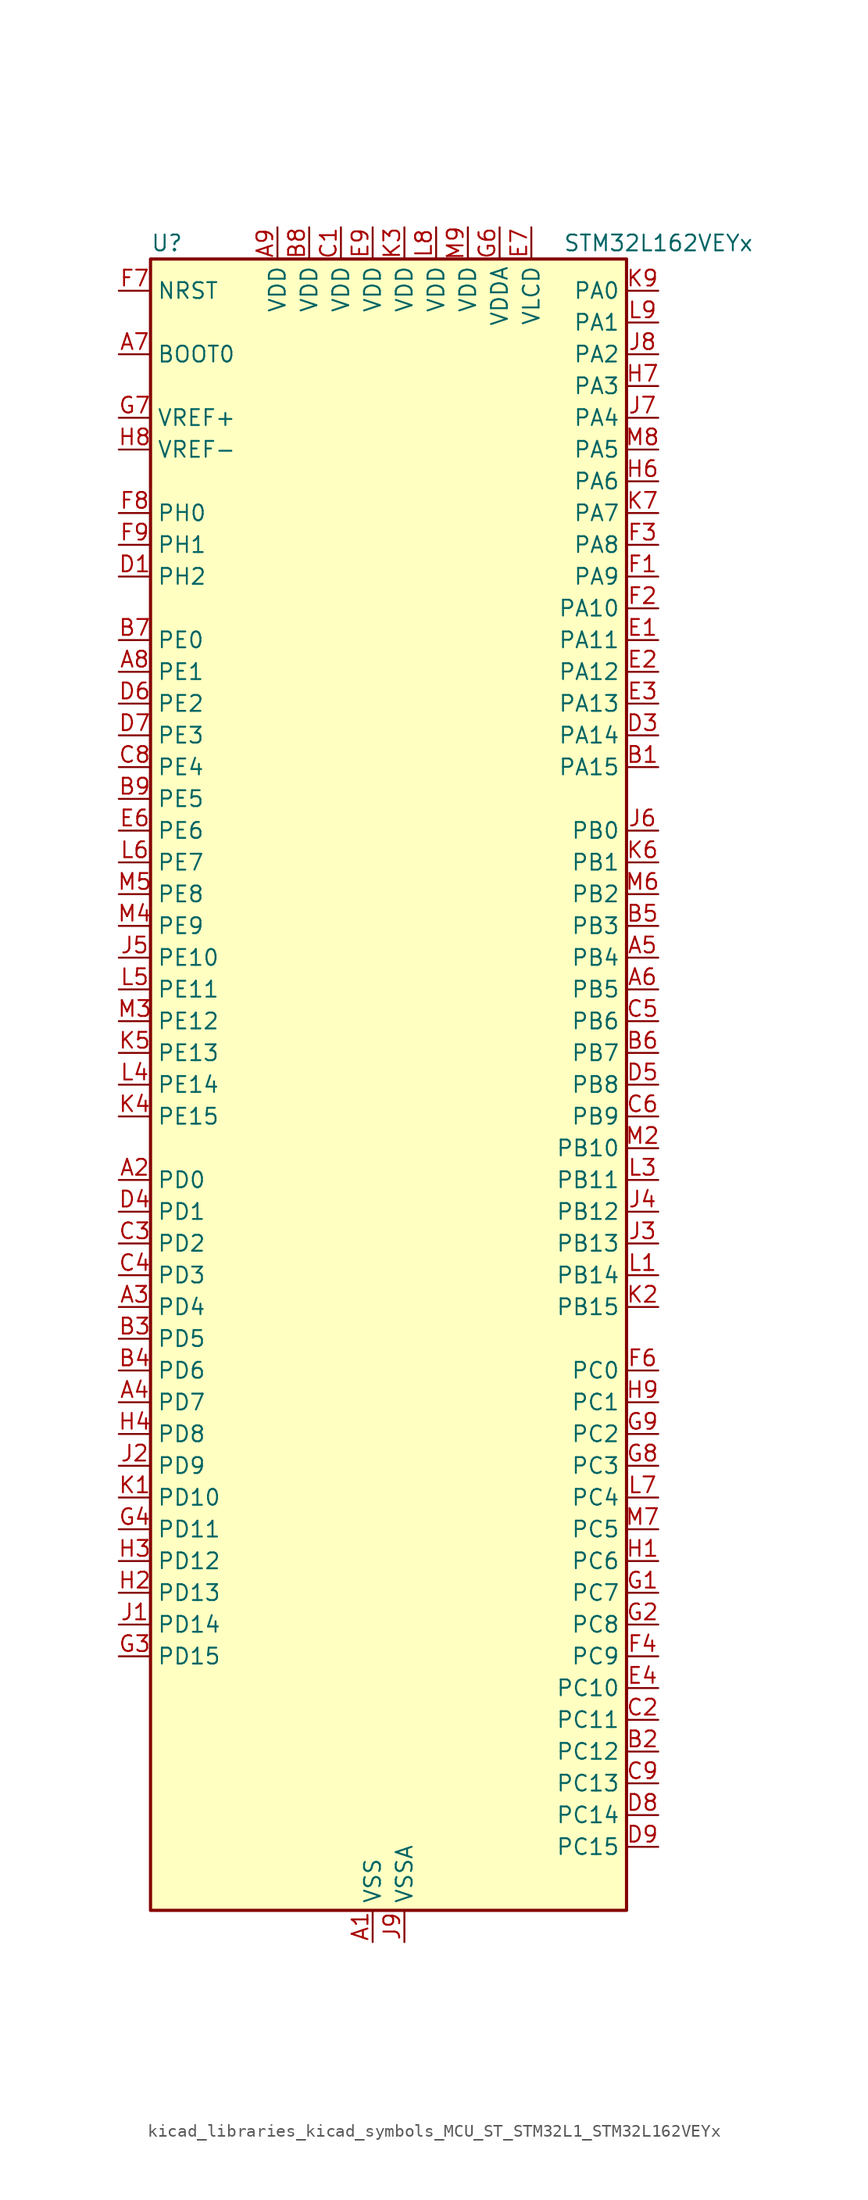
<source format=kicad_sym>
(kicad_symbol_lib
  (version 20220914)
  (generator kicad_symbol_editor)
  (symbol "kicad_libraries_kicad_symbols_MCU_ST_STM32L1_STM32L162VEYx"
    (property "Reference" "U"
      (at -17.78 67.31 0)
      (effects (font (size 1.27 1.27)) (justify left)))
    (property "Value" "STM32L162VEYx"
      (at 15.24 67.31 0)
      (effects (font (size 1.27 1.27)) (justify left)))
    (property "ki_locked" ""
      (at 0 0 0)
      (effects (font (size 1.27 1.27))))
    (symbol "kicad_libraries_kicad_symbols_MCU_ST_STM32L1_STM32L162VEYx_0_1"
      (rectangle (start -17.78 -66.04) (end 20.32 66.04) (stroke (width 0.254) (type default)) (fill (type background))))
    (symbol "kicad_libraries_kicad_symbols_MCU_ST_STM32L1_STM32L162VEYx_1_1"
      (pin power_in line (at 0 -68.58 90) (length 2.54) (name "VSS" (effects (font (size 1.27 1.27)))) (number "A1" (effects (font (size 1.27 1.27)))))
      (pin bidirectional line (at -20.32 -7.62 0) (length 2.54) (name "PD0" (effects (font (size 1.27 1.27)))) (number "A2" (effects (font (size 1.27 1.27)))) (alternate "I2S2_WS" bidirectional line) (alternate "SPI2_NSS" bidirectional line) (alternate "TIM9_CH1" bidirectional line) (alternate "TIMX_IC1" bidirectional line))
      (pin bidirectional line (at -20.32 -17.78 0) (length 2.54) (name "PD4" (effects (font (size 1.27 1.27)))) (number "A3" (effects (font (size 1.27 1.27)))) (alternate "I2S2_SD" bidirectional line) (alternate "SPI2_MOSI" bidirectional line) (alternate "TIMX_IC1" bidirectional line) (alternate "USART2_RTS" bidirectional line))
      (pin bidirectional line (at -20.32 -25.4 0) (length 2.54) (name "PD7" (effects (font (size 1.27 1.27)))) (number "A4" (effects (font (size 1.27 1.27)))) (alternate "TIM9_CH2" bidirectional line) (alternate "TIMX_IC4" bidirectional line) (alternate "USART2_CK" bidirectional line))
      (pin bidirectional line (at 22.86 10.16 180) (length 2.54) (name "PB4" (effects (font (size 1.27 1.27)))) (number "A5" (effects (font (size 1.27 1.27)))) (alternate "COMP2_INP" bidirectional line) (alternate "LCD_SEG8" bidirectional line) (alternate "SPI1_MISO" bidirectional line) (alternate "SPI3_MISO" bidirectional line) (alternate "SYS_JTRST" bidirectional line) (alternate "TIM3_CH1" bidirectional line) (alternate "TS_G6_IO1" bidirectional line))
      (pin bidirectional line (at 22.86 7.62 180) (length 2.54) (name "PB5" (effects (font (size 1.27 1.27)))) (number "A6" (effects (font (size 1.27 1.27)))) (alternate "COMP2_INP" bidirectional line) (alternate "I2C1_SMBA" bidirectional line) (alternate "I2S3_SD" bidirectional line) (alternate "LCD_SEG9" bidirectional line) (alternate "SPI1_MOSI" bidirectional line) (alternate "SPI3_MOSI" bidirectional line) (alternate "TIM3_CH2" bidirectional line) (alternate "TS_G6_IO2" bidirectional line))
      (pin input line (at -20.32 58.42 0) (length 2.54) (name "BOOT0" (effects (font (size 1.27 1.27)))) (number "A7" (effects (font (size 1.27 1.27)))))
      (pin bidirectional line (at -20.32 33.02 0) (length 2.54) (name "PE1" (effects (font (size 1.27 1.27)))) (number "A8" (effects (font (size 1.27 1.27)))) (alternate "LCD_SEG37" bidirectional line) (alternate "TIM11_CH1" bidirectional line) (alternate "TIMX_IC2" bidirectional line))
      (pin power_in line (at -7.62 68.58 270) (length 2.54) (name "VDD" (effects (font (size 1.27 1.27)))) (number "A9" (effects (font (size 1.27 1.27)))))
      (pin bidirectional line (at 22.86 25.4 180) (length 2.54) (name "PA15" (effects (font (size 1.27 1.27)))) (number "B1" (effects (font (size 1.27 1.27)))) (alternate "ADC_EXTI15" bidirectional line) (alternate "I2S3_WS" bidirectional line) (alternate "LCD_SEG17" bidirectional line) (alternate "SPI1_NSS" bidirectional line) (alternate "SPI3_NSS" bidirectional line) (alternate "SYS_JTDI" bidirectional line) (alternate "TIM2_CH1" bidirectional line) (alternate "TIM2_ETR" bidirectional line) (alternate "TIMX_IC4" bidirectional line) (alternate "TS_G5_IO3" bidirectional line))
      (pin bidirectional line (at 22.86 -53.34 180) (length 2.54) (name "PC12" (effects (font (size 1.27 1.27)))) (number "B2" (effects (font (size 1.27 1.27)))) (alternate "I2S3_SD" bidirectional line) (alternate "LCD_COM6" bidirectional line) (alternate "LCD_SEG30" bidirectional line) (alternate "LCD_SEG42" bidirectional line) (alternate "SPI3_MOSI" bidirectional line) (alternate "TIMX_IC1" bidirectional line) (alternate "UART5_TX" bidirectional line) (alternate "USART3_CK" bidirectional line))
      (pin bidirectional line (at -20.32 -20.32 0) (length 2.54) (name "PD5" (effects (font (size 1.27 1.27)))) (number "B3" (effects (font (size 1.27 1.27)))) (alternate "TIMX_IC2" bidirectional line) (alternate "USART2_TX" bidirectional line))
      (pin bidirectional line (at -20.32 -22.86 0) (length 2.54) (name "PD6" (effects (font (size 1.27 1.27)))) (number "B4" (effects (font (size 1.27 1.27)))) (alternate "TIMX_IC3" bidirectional line) (alternate "USART2_RX" bidirectional line))
      (pin bidirectional line (at 22.86 12.7 180) (length 2.54) (name "PB3" (effects (font (size 1.27 1.27)))) (number "B5" (effects (font (size 1.27 1.27)))) (alternate "COMP2_INM" bidirectional line) (alternate "I2S3_CK" bidirectional line) (alternate "LCD_SEG7" bidirectional line) (alternate "SPI1_SCK" bidirectional line) (alternate "SPI3_SCK" bidirectional line) (alternate "SYS_JTDO-TRACESWO" bidirectional line) (alternate "TIM2_CH2" bidirectional line))
      (pin bidirectional line (at 22.86 2.54 180) (length 2.54) (name "PB7" (effects (font (size 1.27 1.27)))) (number "B6" (effects (font (size 1.27 1.27)))) (alternate "COMP2_INP" bidirectional line) (alternate "I2C1_SDA" bidirectional line) (alternate "SYS_PVD_IN" bidirectional line) (alternate "TIM4_CH2" bidirectional line) (alternate "TS_G6_IO4" bidirectional line) (alternate "USART1_RX" bidirectional line))
      (pin bidirectional line (at -20.32 35.56 0) (length 2.54) (name "PE0" (effects (font (size 1.27 1.27)))) (number "B7" (effects (font (size 1.27 1.27)))) (alternate "LCD_SEG36" bidirectional line) (alternate "TIM10_CH1" bidirectional line) (alternate "TIM4_ETR" bidirectional line) (alternate "TIMX_IC1" bidirectional line))
      (pin power_in line (at -5.08 68.58 270) (length 2.54) (name "VDD" (effects (font (size 1.27 1.27)))) (number "B8" (effects (font (size 1.27 1.27)))))
      (pin bidirectional line (at -20.32 22.86 0) (length 2.54) (name "PE5" (effects (font (size 1.27 1.27)))) (number "B9" (effects (font (size 1.27 1.27)))) (alternate "SYS_TRACED2" bidirectional line) (alternate "TIM9_CH1" bidirectional line) (alternate "TIMX_IC2" bidirectional line))
      (pin power_in line (at -2.54 68.58 270) (length 2.54) (name "VDD" (effects (font (size 1.27 1.27)))) (number "C1" (effects (font (size 1.27 1.27)))))
      (pin bidirectional line (at 22.86 -50.8 180) (length 2.54) (name "PC11" (effects (font (size 1.27 1.27)))) (number "C2" (effects (font (size 1.27 1.27)))) (alternate "ADC_EXTI11" bidirectional line) (alternate "LCD_COM5" bidirectional line) (alternate "LCD_SEG29" bidirectional line) (alternate "LCD_SEG41" bidirectional line) (alternate "SPI3_MISO" bidirectional line) (alternate "TIMX_IC4" bidirectional line) (alternate "UART4_RX" bidirectional line) (alternate "USART3_RX" bidirectional line))
      (pin bidirectional line (at -20.32 -12.7 0) (length 2.54) (name "PD2" (effects (font (size 1.27 1.27)))) (number "C3" (effects (font (size 1.27 1.27)))) (alternate "LCD_COM7" bidirectional line) (alternate "LCD_SEG31" bidirectional line) (alternate "LCD_SEG43" bidirectional line) (alternate "TIM3_ETR" bidirectional line) (alternate "TIMX_IC3" bidirectional line) (alternate "UART5_RX" bidirectional line))
      (pin bidirectional line (at -20.32 -15.24 0) (length 2.54) (name "PD3" (effects (font (size 1.27 1.27)))) (number "C4" (effects (font (size 1.27 1.27)))) (alternate "SPI2_MISO" bidirectional line) (alternate "TIMX_IC4" bidirectional line) (alternate "USART2_CTS" bidirectional line))
      (pin bidirectional line (at 22.86 5.08 180) (length 2.54) (name "PB6" (effects (font (size 1.27 1.27)))) (number "C5" (effects (font (size 1.27 1.27)))) (alternate "COMP2_INP" bidirectional line) (alternate "I2C1_SCL" bidirectional line) (alternate "TIM4_CH1" bidirectional line) (alternate "TS_G6_IO3" bidirectional line) (alternate "USART1_TX" bidirectional line))
      (pin bidirectional line (at 22.86 -2.54 180) (length 2.54) (name "PB9" (effects (font (size 1.27 1.27)))) (number "C6" (effects (font (size 1.27 1.27)))) (alternate "DAC_EXTI9" bidirectional line) (alternate "I2C1_SDA" bidirectional line) (alternate "LCD_COM3" bidirectional line) (alternate "TIM11_CH1" bidirectional line) (alternate "TIM4_CH4" bidirectional line))
      (pin passive line (at 0 -68.58 90) (length 2.54) hide (name "VSS" (effects (font (size 1.27 1.27)))) (number "C7" (effects (font (size 1.27 1.27)))))
      (pin bidirectional line (at -20.32 25.4 0) (length 2.54) (name "PE4" (effects (font (size 1.27 1.27)))) (number "C8" (effects (font (size 1.27 1.27)))) (alternate "SYS_TRACED1" bidirectional line) (alternate "TIM3_CH2" bidirectional line) (alternate "TIMX_IC1" bidirectional line))
      (pin bidirectional line (at 22.86 -55.88 180) (length 2.54) (name "PC13" (effects (font (size 1.27 1.27)))) (number "C9" (effects (font (size 1.27 1.27)))) (alternate "RTC_OUT_ALARM" bidirectional line) (alternate "RTC_OUT_CALIB" bidirectional line) (alternate "RTC_TAMP1" bidirectional line) (alternate "RTC_TS" bidirectional line) (alternate "SYS_WKUP2" bidirectional line) (alternate "TIMX_IC2" bidirectional line))
      (pin bidirectional line (at -20.32 40.64 0) (length 2.54) (name "PH2" (effects (font (size 1.27 1.27)))) (number "D1" (effects (font (size 1.27 1.27)))))
      (pin passive line (at 0 -68.58 90) (length 2.54) hide (name "VSS" (effects (font (size 1.27 1.27)))) (number "D2" (effects (font (size 1.27 1.27)))))
      (pin bidirectional line (at 22.86 27.94 180) (length 2.54) (name "PA14" (effects (font (size 1.27 1.27)))) (number "D3" (effects (font (size 1.27 1.27)))) (alternate "SYS_JTCK-SWCLK" bidirectional line) (alternate "TIMX_IC3" bidirectional line) (alternate "TS_G5_IO2" bidirectional line))
      (pin bidirectional line (at -20.32 -10.16 0) (length 2.54) (name "PD1" (effects (font (size 1.27 1.27)))) (number "D4" (effects (font (size 1.27 1.27)))) (alternate "I2S2_CK" bidirectional line) (alternate "SPI2_SCK" bidirectional line) (alternate "TIMX_IC2" bidirectional line))
      (pin bidirectional line (at 22.86 0 180) (length 2.54) (name "PB8" (effects (font (size 1.27 1.27)))) (number "D5" (effects (font (size 1.27 1.27)))) (alternate "I2C1_SCL" bidirectional line) (alternate "LCD_SEG16" bidirectional line) (alternate "TIM10_CH1" bidirectional line) (alternate "TIM4_CH3" bidirectional line))
      (pin bidirectional line (at -20.32 30.48 0) (length 2.54) (name "PE2" (effects (font (size 1.27 1.27)))) (number "D6" (effects (font (size 1.27 1.27)))) (alternate "LCD_SEG38" bidirectional line) (alternate "SYS_TRACECK" bidirectional line) (alternate "TIM3_ETR" bidirectional line) (alternate "TIMX_IC3" bidirectional line))
      (pin bidirectional line (at -20.32 27.94 0) (length 2.54) (name "PE3" (effects (font (size 1.27 1.27)))) (number "D7" (effects (font (size 1.27 1.27)))) (alternate "LCD_SEG39" bidirectional line) (alternate "SYS_TRACED0" bidirectional line) (alternate "TIM3_CH1" bidirectional line) (alternate "TIMX_IC4" bidirectional line))
      (pin bidirectional line (at 22.86 -58.42 180) (length 2.54) (name "PC14" (effects (font (size 1.27 1.27)))) (number "D8" (effects (font (size 1.27 1.27)))) (alternate "RCC_OSC32_IN" bidirectional line) (alternate "TIMX_IC3" bidirectional line))
      (pin bidirectional line (at 22.86 -60.96 180) (length 2.54) (name "PC15" (effects (font (size 1.27 1.27)))) (number "D9" (effects (font (size 1.27 1.27)))) (alternate "ADC_EXTI15" bidirectional line) (alternate "RCC_OSC32_OUT" bidirectional line) (alternate "TIMX_IC4" bidirectional line))
      (pin bidirectional line (at 22.86 35.56 180) (length 2.54) (name "PA11" (effects (font (size 1.27 1.27)))) (number "E1" (effects (font (size 1.27 1.27)))) (alternate "ADC_EXTI11" bidirectional line) (alternate "SPI1_MISO" bidirectional line) (alternate "TIMX_IC4" bidirectional line) (alternate "USART1_CTS" bidirectional line) (alternate "USB_DM" bidirectional line))
      (pin bidirectional line (at 22.86 33.02 180) (length 2.54) (name "PA12" (effects (font (size 1.27 1.27)))) (number "E2" (effects (font (size 1.27 1.27)))) (alternate "SPI1_MOSI" bidirectional line) (alternate "TIMX_IC1" bidirectional line) (alternate "USART1_RTS" bidirectional line) (alternate "USB_DP" bidirectional line))
      (pin bidirectional line (at 22.86 30.48 180) (length 2.54) (name "PA13" (effects (font (size 1.27 1.27)))) (number "E3" (effects (font (size 1.27 1.27)))) (alternate "SYS_JTMS-SWDIO" bidirectional line) (alternate "TIMX_IC2" bidirectional line) (alternate "TS_G5_IO1" bidirectional line))
      (pin bidirectional line (at 22.86 -48.26 180) (length 2.54) (name "PC10" (effects (font (size 1.27 1.27)))) (number "E4" (effects (font (size 1.27 1.27)))) (alternate "I2S3_CK" bidirectional line) (alternate "LCD_COM4" bidirectional line) (alternate "LCD_SEG28" bidirectional line) (alternate "LCD_SEG40" bidirectional line) (alternate "SPI3_SCK" bidirectional line) (alternate "TIMX_IC3" bidirectional line) (alternate "UART4_TX" bidirectional line) (alternate "USART3_TX" bidirectional line))
      (pin bidirectional line (at -20.32 20.32 0) (length 2.54) (name "PE6" (effects (font (size 1.27 1.27)))) (number "E6" (effects (font (size 1.27 1.27)))) (alternate "RTC_TAMP3" bidirectional line) (alternate "SYS_TRACED3" bidirectional line) (alternate "SYS_WKUP3" bidirectional line) (alternate "TIM9_CH2" bidirectional line) (alternate "TIMX_IC3" bidirectional line))
      (pin power_in line (at 12.7 68.58 270) (length 2.54) (name "VLCD" (effects (font (size 1.27 1.27)))) (number "E7" (effects (font (size 1.27 1.27)))))
      (pin passive line (at 0 -68.58 90) (length 2.54) hide (name "VSS" (effects (font (size 1.27 1.27)))) (number "E8" (effects (font (size 1.27 1.27)))))
      (pin power_in line (at 0 68.58 270) (length 2.54) (name "VDD" (effects (font (size 1.27 1.27)))) (number "E9" (effects (font (size 1.27 1.27)))))
      (pin bidirectional line (at 22.86 40.64 180) (length 2.54) (name "PA9" (effects (font (size 1.27 1.27)))) (number "F1" (effects (font (size 1.27 1.27)))) (alternate "DAC_EXTI9" bidirectional line) (alternate "LCD_COM1" bidirectional line) (alternate "TIMX_IC2" bidirectional line) (alternate "TS_G4_IO2" bidirectional line) (alternate "USART1_TX" bidirectional line))
      (pin bidirectional line (at 22.86 38.1 180) (length 2.54) (name "PA10" (effects (font (size 1.27 1.27)))) (number "F2" (effects (font (size 1.27 1.27)))) (alternate "LCD_COM2" bidirectional line) (alternate "TIMX_IC3" bidirectional line) (alternate "TS_G4_IO3" bidirectional line) (alternate "USART1_RX" bidirectional line))
      (pin bidirectional line (at 22.86 43.18 180) (length 2.54) (name "PA8" (effects (font (size 1.27 1.27)))) (number "F3" (effects (font (size 1.27 1.27)))) (alternate "LCD_COM0" bidirectional line) (alternate "RCC_MCO" bidirectional line) (alternate "TIMX_IC1" bidirectional line) (alternate "TS_G4_IO1" bidirectional line) (alternate "USART1_CK" bidirectional line))
      (pin bidirectional line (at 22.86 -45.72 180) (length 2.54) (name "PC9" (effects (font (size 1.27 1.27)))) (number "F4" (effects (font (size 1.27 1.27)))) (alternate "DAC_EXTI9" bidirectional line) (alternate "LCD_SEG27" bidirectional line) (alternate "TIM3_CH4" bidirectional line) (alternate "TIMX_IC2" bidirectional line) (alternate "TS_G10_IO4" bidirectional line))
      (pin bidirectional line (at 22.86 -22.86 180) (length 2.54) (name "PC0" (effects (font (size 1.27 1.27)))) (number "F6" (effects (font (size 1.27 1.27)))) (alternate "ADC_IN10" bidirectional line) (alternate "COMP1_INP" bidirectional line) (alternate "LCD_SEG18" bidirectional line) (alternate "TIMX_IC1" bidirectional line) (alternate "TS_G8_IO1" bidirectional line))
      (pin input line (at -20.32 63.5 0) (length 2.54) (name "NRST" (effects (font (size 1.27 1.27)))) (number "F7" (effects (font (size 1.27 1.27)))))
      (pin bidirectional line (at -20.32 45.72 0) (length 2.54) (name "PH0" (effects (font (size 1.27 1.27)))) (number "F8" (effects (font (size 1.27 1.27)))) (alternate "RCC_OSC_IN" bidirectional line))
      (pin bidirectional line (at -20.32 43.18 0) (length 2.54) (name "PH1" (effects (font (size 1.27 1.27)))) (number "F9" (effects (font (size 1.27 1.27)))) (alternate "RCC_OSC_OUT" bidirectional line))
      (pin bidirectional line (at 22.86 -40.64 180) (length 2.54) (name "PC7" (effects (font (size 1.27 1.27)))) (number "G1" (effects (font (size 1.27 1.27)))) (alternate "I2S3_MCK" bidirectional line) (alternate "LCD_SEG25" bidirectional line) (alternate "TIM3_CH2" bidirectional line) (alternate "TIMX_IC4" bidirectional line) (alternate "TS_G10_IO2" bidirectional line))
      (pin bidirectional line (at 22.86 -43.18 180) (length 2.54) (name "PC8" (effects (font (size 1.27 1.27)))) (number "G2" (effects (font (size 1.27 1.27)))) (alternate "LCD_SEG26" bidirectional line) (alternate "TIM3_CH3" bidirectional line) (alternate "TIMX_IC1" bidirectional line) (alternate "TS_G10_IO3" bidirectional line))
      (pin bidirectional line (at -20.32 -45.72 0) (length 2.54) (name "PD15" (effects (font (size 1.27 1.27)))) (number "G3" (effects (font (size 1.27 1.27)))) (alternate "ADC_EXTI15" bidirectional line) (alternate "LCD_SEG35" bidirectional line) (alternate "TIM4_CH4" bidirectional line) (alternate "TIMX_IC4" bidirectional line))
      (pin bidirectional line (at -20.32 -35.56 0) (length 2.54) (name "PD11" (effects (font (size 1.27 1.27)))) (number "G4" (effects (font (size 1.27 1.27)))) (alternate "ADC_EXTI11" bidirectional line) (alternate "LCD_SEG31" bidirectional line) (alternate "TIMX_IC4" bidirectional line) (alternate "USART3_CTS" bidirectional line))
      (pin power_in line (at 10.16 68.58 270) (length 2.54) (name "VDDA" (effects (font (size 1.27 1.27)))) (number "G6" (effects (font (size 1.27 1.27)))))
      (pin input line (at -20.32 53.34 0) (length 2.54) (name "VREF+" (effects (font (size 1.27 1.27)))) (number "G7" (effects (font (size 1.27 1.27)))))
      (pin bidirectional line (at 22.86 -30.48 180) (length 2.54) (name "PC3" (effects (font (size 1.27 1.27)))) (number "G8" (effects (font (size 1.27 1.27)))) (alternate "ADC_IN13" bidirectional line) (alternate "COMP1_INP" bidirectional line) (alternate "LCD_SEG21" bidirectional line) (alternate "TIMX_IC4" bidirectional line) (alternate "TS_G8_IO4" bidirectional line))
      (pin bidirectional line (at 22.86 -27.94 180) (length 2.54) (name "PC2" (effects (font (size 1.27 1.27)))) (number "G9" (effects (font (size 1.27 1.27)))) (alternate "ADC_IN12" bidirectional line) (alternate "COMP1_INP" bidirectional line) (alternate "LCD_SEG20" bidirectional line) (alternate "TIMX_IC3" bidirectional line) (alternate "TS_G8_IO3" bidirectional line))
      (pin bidirectional line (at 22.86 -38.1 180) (length 2.54) (name "PC6" (effects (font (size 1.27 1.27)))) (number "H1" (effects (font (size 1.27 1.27)))) (alternate "I2S2_MCK" bidirectional line) (alternate "LCD_SEG24" bidirectional line) (alternate "TIM3_CH1" bidirectional line) (alternate "TIMX_IC3" bidirectional line) (alternate "TS_G10_IO1" bidirectional line))
      (pin bidirectional line (at -20.32 -40.64 0) (length 2.54) (name "PD13" (effects (font (size 1.27 1.27)))) (number "H2" (effects (font (size 1.27 1.27)))) (alternate "LCD_SEG33" bidirectional line) (alternate "TIM4_CH2" bidirectional line) (alternate "TIMX_IC2" bidirectional line))
      (pin bidirectional line (at -20.32 -38.1 0) (length 2.54) (name "PD12" (effects (font (size 1.27 1.27)))) (number "H3" (effects (font (size 1.27 1.27)))) (alternate "LCD_SEG32" bidirectional line) (alternate "TIM4_CH1" bidirectional line) (alternate "TIMX_IC1" bidirectional line) (alternate "USART3_RTS" bidirectional line))
      (pin bidirectional line (at -20.32 -27.94 0) (length 2.54) (name "PD8" (effects (font (size 1.27 1.27)))) (number "H4" (effects (font (size 1.27 1.27)))) (alternate "LCD_SEG28" bidirectional line) (alternate "TIMX_IC1" bidirectional line) (alternate "USART3_TX" bidirectional line))
      (pin bidirectional line (at 22.86 48.26 180) (length 2.54) (name "PA6" (effects (font (size 1.27 1.27)))) (number "H6" (effects (font (size 1.27 1.27)))) (alternate "ADC_IN6" bidirectional line) (alternate "COMP1_INP" bidirectional line) (alternate "LCD_SEG3" bidirectional line) (alternate "OPAMP2_VINP" bidirectional line) (alternate "SPI1_MISO" bidirectional line) (alternate "TIM10_CH1" bidirectional line) (alternate "TIM3_CH1" bidirectional line) (alternate "TIMX_IC3" bidirectional line) (alternate "TS_G2_IO1" bidirectional line))
      (pin bidirectional line (at 22.86 55.88 180) (length 2.54) (name "PA3" (effects (font (size 1.27 1.27)))) (number "H7" (effects (font (size 1.27 1.27)))) (alternate "ADC_IN3" bidirectional line) (alternate "COMP1_INP" bidirectional line) (alternate "LCD_SEG2" bidirectional line) (alternate "OPAMP1_VOUT" bidirectional line) (alternate "TIM2_CH4" bidirectional line) (alternate "TIM5_CH4" bidirectional line) (alternate "TIM9_CH2" bidirectional line) (alternate "TIMX_IC4" bidirectional line) (alternate "TS_G1_IO4" bidirectional line) (alternate "USART2_RX" bidirectional line))
      (pin input line (at -20.32 50.8 0) (length 2.54) (name "VREF-" (effects (font (size 1.27 1.27)))) (number "H8" (effects (font (size 1.27 1.27)))))
      (pin bidirectional line (at 22.86 -25.4 180) (length 2.54) (name "PC1" (effects (font (size 1.27 1.27)))) (number "H9" (effects (font (size 1.27 1.27)))) (alternate "ADC_IN11" bidirectional line) (alternate "COMP1_INP" bidirectional line) (alternate "LCD_SEG19" bidirectional line) (alternate "TIMX_IC2" bidirectional line) (alternate "TS_G8_IO2" bidirectional line))
      (pin bidirectional line (at -20.32 -43.18 0) (length 2.54) (name "PD14" (effects (font (size 1.27 1.27)))) (number "J1" (effects (font (size 1.27 1.27)))) (alternate "LCD_SEG34" bidirectional line) (alternate "TIM4_CH3" bidirectional line) (alternate "TIMX_IC3" bidirectional line))
      (pin bidirectional line (at -20.32 -30.48 0) (length 2.54) (name "PD9" (effects (font (size 1.27 1.27)))) (number "J2" (effects (font (size 1.27 1.27)))) (alternate "DAC_EXTI9" bidirectional line) (alternate "LCD_SEG29" bidirectional line) (alternate "TIMX_IC2" bidirectional line) (alternate "USART3_RX" bidirectional line))
      (pin bidirectional line (at 22.86 -12.7 180) (length 2.54) (name "PB13" (effects (font (size 1.27 1.27)))) (number "J3" (effects (font (size 1.27 1.27)))) (alternate "ADC_IN19" bidirectional line) (alternate "COMP1_INP" bidirectional line) (alternate "I2S2_CK" bidirectional line) (alternate "LCD_SEG13" bidirectional line) (alternate "SPI2_SCK" bidirectional line) (alternate "TIM9_CH1" bidirectional line) (alternate "TS_G7_IO2" bidirectional line) (alternate "USART3_CTS" bidirectional line))
      (pin bidirectional line (at 22.86 -10.16 180) (length 2.54) (name "PB12" (effects (font (size 1.27 1.27)))) (number "J4" (effects (font (size 1.27 1.27)))) (alternate "ADC_IN18" bidirectional line) (alternate "COMP1_INP" bidirectional line) (alternate "I2C2_SMBA" bidirectional line) (alternate "I2S2_WS" bidirectional line) (alternate "LCD_SEG12" bidirectional line) (alternate "SPI2_NSS" bidirectional line) (alternate "TIM10_CH1" bidirectional line) (alternate "TS_G7_IO1" bidirectional line) (alternate "USART3_CK" bidirectional line))
      (pin bidirectional line (at -20.32 10.16 0) (length 2.54) (name "PE10" (effects (font (size 1.27 1.27)))) (number "J5" (effects (font (size 1.27 1.27)))) (alternate "ADC_IN25" bidirectional line) (alternate "COMP1_INP" bidirectional line) (alternate "TIM2_CH2" bidirectional line) (alternate "TIMX_IC3" bidirectional line))
      (pin bidirectional line (at 22.86 20.32 180) (length 2.54) (name "PB0" (effects (font (size 1.27 1.27)))) (number "J6" (effects (font (size 1.27 1.27)))) (alternate "ADC_IN8" bidirectional line) (alternate "COMP1_INP" bidirectional line) (alternate "LCD_SEG5" bidirectional line) (alternate "OPAMP2_VOUT" bidirectional line) (alternate "SYS_V_REF_OUT" bidirectional line) (alternate "TIM3_CH3" bidirectional line) (alternate "TS_G3_IO1" bidirectional line))
      (pin bidirectional line (at 22.86 53.34 180) (length 2.54) (name "PA4" (effects (font (size 1.27 1.27)))) (number "J7" (effects (font (size 1.27 1.27)))) (alternate "ADC_IN4" bidirectional line) (alternate "COMP1_INP" bidirectional line) (alternate "DAC_OUT1" bidirectional line) (alternate "I2S3_WS" bidirectional line) (alternate "SPI1_NSS" bidirectional line) (alternate "SPI3_NSS" bidirectional line) (alternate "TIMX_IC1" bidirectional line) (alternate "USART2_CK" bidirectional line))
      (pin bidirectional line (at 22.86 58.42 180) (length 2.54) (name "PA2" (effects (font (size 1.27 1.27)))) (number "J8" (effects (font (size 1.27 1.27)))) (alternate "ADC_IN2" bidirectional line) (alternate "COMP1_INP" bidirectional line) (alternate "LCD_SEG1" bidirectional line) (alternate "OPAMP1_VINM" bidirectional line) (alternate "TIM2_CH3" bidirectional line) (alternate "TIM5_CH3" bidirectional line) (alternate "TIM9_CH1" bidirectional line) (alternate "TIMX_IC3" bidirectional line) (alternate "TS_G1_IO3" bidirectional line) (alternate "USART2_TX" bidirectional line))
      (pin power_in line (at 2.54 -68.58 90) (length 2.54) (name "VSSA" (effects (font (size 1.27 1.27)))) (number "J9" (effects (font (size 1.27 1.27)))))
      (pin bidirectional line (at -20.32 -33.02 0) (length 2.54) (name "PD10" (effects (font (size 1.27 1.27)))) (number "K1" (effects (font (size 1.27 1.27)))) (alternate "LCD_SEG30" bidirectional line) (alternate "TIMX_IC3" bidirectional line) (alternate "USART3_CK" bidirectional line))
      (pin bidirectional line (at 22.86 -17.78 180) (length 2.54) (name "PB15" (effects (font (size 1.27 1.27)))) (number "K2" (effects (font (size 1.27 1.27)))) (alternate "ADC_EXTI15" bidirectional line) (alternate "ADC_IN21" bidirectional line) (alternate "COMP1_INP" bidirectional line) (alternate "I2S2_SD" bidirectional line) (alternate "LCD_SEG15" bidirectional line) (alternate "RTC_REFIN" bidirectional line) (alternate "SPI2_MOSI" bidirectional line) (alternate "TIM11_CH1" bidirectional line) (alternate "TS_G7_IO4" bidirectional line))
      (pin power_in line (at 2.54 68.58 270) (length 2.54) (name "VDD" (effects (font (size 1.27 1.27)))) (number "K3" (effects (font (size 1.27 1.27)))))
      (pin bidirectional line (at -20.32 -2.54 0) (length 2.54) (name "PE15" (effects (font (size 1.27 1.27)))) (number "K4" (effects (font (size 1.27 1.27)))) (alternate "ADC_EXTI15" bidirectional line) (alternate "SPI1_MOSI" bidirectional line) (alternate "TIMX_IC4" bidirectional line))
      (pin bidirectional line (at -20.32 2.54 0) (length 2.54) (name "PE13" (effects (font (size 1.27 1.27)))) (number "K5" (effects (font (size 1.27 1.27)))) (alternate "SPI1_SCK" bidirectional line) (alternate "TIMX_IC2" bidirectional line))
      (pin bidirectional line (at 22.86 17.78 180) (length 2.54) (name "PB1" (effects (font (size 1.27 1.27)))) (number "K6" (effects (font (size 1.27 1.27)))) (alternate "ADC_IN9" bidirectional line) (alternate "COMP1_INP" bidirectional line) (alternate "LCD_SEG6" bidirectional line) (alternate "SYS_V_REF_OUT" bidirectional line) (alternate "TIM3_CH4" bidirectional line) (alternate "TS_G3_IO2" bidirectional line))
      (pin bidirectional line (at 22.86 45.72 180) (length 2.54) (name "PA7" (effects (font (size 1.27 1.27)))) (number "K7" (effects (font (size 1.27 1.27)))) (alternate "ADC_IN7" bidirectional line) (alternate "COMP1_INP" bidirectional line) (alternate "LCD_SEG4" bidirectional line) (alternate "OPAMP2_VINM" bidirectional line) (alternate "SPI1_MOSI" bidirectional line) (alternate "TIM11_CH1" bidirectional line) (alternate "TIM3_CH2" bidirectional line) (alternate "TIMX_IC4" bidirectional line) (alternate "TS_G2_IO2" bidirectional line))
      (pin passive line (at 0 -68.58 90) (length 2.54) hide (name "VSS" (effects (font (size 1.27 1.27)))) (number "K8" (effects (font (size 1.27 1.27)))))
      (pin bidirectional line (at 22.86 63.5 180) (length 2.54) (name "PA0" (effects (font (size 1.27 1.27)))) (number "K9" (effects (font (size 1.27 1.27)))) (alternate "ADC_IN0" bidirectional line) (alternate "COMP1_INP" bidirectional line) (alternate "RTC_TAMP2" bidirectional line) (alternate "SYS_WKUP1" bidirectional line) (alternate "TIM2_CH1" bidirectional line) (alternate "TIM2_ETR" bidirectional line) (alternate "TIM5_CH1" bidirectional line) (alternate "TIMX_IC1" bidirectional line) (alternate "TS_G1_IO1" bidirectional line) (alternate "USART2_CTS" bidirectional line))
      (pin bidirectional line (at 22.86 -15.24 180) (length 2.54) (name "PB14" (effects (font (size 1.27 1.27)))) (number "L1" (effects (font (size 1.27 1.27)))) (alternate "ADC_IN20" bidirectional line) (alternate "COMP1_INP" bidirectional line) (alternate "LCD_SEG14" bidirectional line) (alternate "SPI2_MISO" bidirectional line) (alternate "TIM9_CH2" bidirectional line) (alternate "TS_G7_IO3" bidirectional line) (alternate "USART3_RTS" bidirectional line))
      (pin passive line (at 0 -68.58 90) (length 2.54) hide (name "VSS" (effects (font (size 1.27 1.27)))) (number "L2" (effects (font (size 1.27 1.27)))))
      (pin bidirectional line (at 22.86 -7.62 180) (length 2.54) (name "PB11" (effects (font (size 1.27 1.27)))) (number "L3" (effects (font (size 1.27 1.27)))) (alternate "ADC_EXTI11" bidirectional line) (alternate "I2C2_SDA" bidirectional line) (alternate "LCD_SEG11" bidirectional line) (alternate "TIM2_CH4" bidirectional line) (alternate "USART3_RX" bidirectional line))
      (pin bidirectional line (at -20.32 0 0) (length 2.54) (name "PE14" (effects (font (size 1.27 1.27)))) (number "L4" (effects (font (size 1.27 1.27)))) (alternate "SPI1_MISO" bidirectional line) (alternate "TIMX_IC3" bidirectional line))
      (pin bidirectional line (at -20.32 7.62 0) (length 2.54) (name "PE11" (effects (font (size 1.27 1.27)))) (number "L5" (effects (font (size 1.27 1.27)))) (alternate "ADC_EXTI11" bidirectional line) (alternate "TIM2_CH3" bidirectional line) (alternate "TIMX_IC4" bidirectional line))
      (pin bidirectional line (at -20.32 17.78 0) (length 2.54) (name "PE7" (effects (font (size 1.27 1.27)))) (number "L6" (effects (font (size 1.27 1.27)))) (alternate "ADC_IN22" bidirectional line) (alternate "COMP1_INP" bidirectional line) (alternate "TIMX_IC4" bidirectional line))
      (pin bidirectional line (at 22.86 -33.02 180) (length 2.54) (name "PC4" (effects (font (size 1.27 1.27)))) (number "L7" (effects (font (size 1.27 1.27)))) (alternate "ADC_IN14" bidirectional line) (alternate "COMP1_INP" bidirectional line) (alternate "LCD_SEG22" bidirectional line) (alternate "TIMX_IC1" bidirectional line) (alternate "TS_G9_IO1" bidirectional line))
      (pin power_in line (at 5.08 68.58 270) (length 2.54) (name "VDD" (effects (font (size 1.27 1.27)))) (number "L8" (effects (font (size 1.27 1.27)))))
      (pin bidirectional line (at 22.86 60.96 180) (length 2.54) (name "PA1" (effects (font (size 1.27 1.27)))) (number "L9" (effects (font (size 1.27 1.27)))) (alternate "ADC_IN1" bidirectional line) (alternate "COMP1_INP" bidirectional line) (alternate "LCD_SEG0" bidirectional line) (alternate "OPAMP1_VINP" bidirectional line) (alternate "TIM2_CH2" bidirectional line) (alternate "TIM5_CH2" bidirectional line) (alternate "TIMX_IC2" bidirectional line) (alternate "TS_G1_IO2" bidirectional line) (alternate "USART2_RTS" bidirectional line))
      (pin passive line (at 0 -68.58 90) (length 2.54) hide (name "VSS" (effects (font (size 1.27 1.27)))) (number "M1" (effects (font (size 1.27 1.27)))))
      (pin bidirectional line (at 22.86 -5.08 180) (length 2.54) (name "PB10" (effects (font (size 1.27 1.27)))) (number "M2" (effects (font (size 1.27 1.27)))) (alternate "I2C2_SCL" bidirectional line) (alternate "LCD_SEG10" bidirectional line) (alternate "TIM2_CH3" bidirectional line) (alternate "USART3_TX" bidirectional line))
      (pin bidirectional line (at -20.32 5.08 0) (length 2.54) (name "PE12" (effects (font (size 1.27 1.27)))) (number "M3" (effects (font (size 1.27 1.27)))) (alternate "SPI1_NSS" bidirectional line) (alternate "TIM2_CH4" bidirectional line) (alternate "TIMX_IC1" bidirectional line))
      (pin bidirectional line (at -20.32 12.7 0) (length 2.54) (name "PE9" (effects (font (size 1.27 1.27)))) (number "M4" (effects (font (size 1.27 1.27)))) (alternate "ADC_IN24" bidirectional line) (alternate "COMP1_INP" bidirectional line) (alternate "DAC_EXTI9" bidirectional line) (alternate "TIM2_CH1" bidirectional line) (alternate "TIM2_ETR" bidirectional line) (alternate "TIMX_IC2" bidirectional line))
      (pin bidirectional line (at -20.32 15.24 0) (length 2.54) (name "PE8" (effects (font (size 1.27 1.27)))) (number "M5" (effects (font (size 1.27 1.27)))) (alternate "ADC_IN23" bidirectional line) (alternate "COMP1_INP" bidirectional line) (alternate "TIMX_IC1" bidirectional line))
      (pin bidirectional line (at 22.86 15.24 180) (length 2.54) (name "PB2" (effects (font (size 1.27 1.27)))) (number "M6" (effects (font (size 1.27 1.27)))) (alternate "ADC_IN0b" bidirectional line) (alternate "TS_G3_IO3" bidirectional line))
      (pin bidirectional line (at 22.86 -35.56 180) (length 2.54) (name "PC5" (effects (font (size 1.27 1.27)))) (number "M7" (effects (font (size 1.27 1.27)))) (alternate "ADC_IN15" bidirectional line) (alternate "COMP1_INP" bidirectional line) (alternate "LCD_SEG23" bidirectional line) (alternate "TIMX_IC2" bidirectional line) (alternate "TS_G9_IO2" bidirectional line))
      (pin bidirectional line (at 22.86 50.8 180) (length 2.54) (name "PA5" (effects (font (size 1.27 1.27)))) (number "M8" (effects (font (size 1.27 1.27)))) (alternate "ADC_IN5" bidirectional line) (alternate "COMP1_INP" bidirectional line) (alternate "DAC_OUT2" bidirectional line) (alternate "SPI1_SCK" bidirectional line) (alternate "TIM2_CH1" bidirectional line) (alternate "TIM2_ETR" bidirectional line) (alternate "TIMX_IC2" bidirectional line))
      (pin power_in line (at 7.62 68.58 270) (length 2.54) (name "VDD" (effects (font (size 1.27 1.27)))) (number "M9" (effects (font (size 1.27 1.27))))))))
</source>
